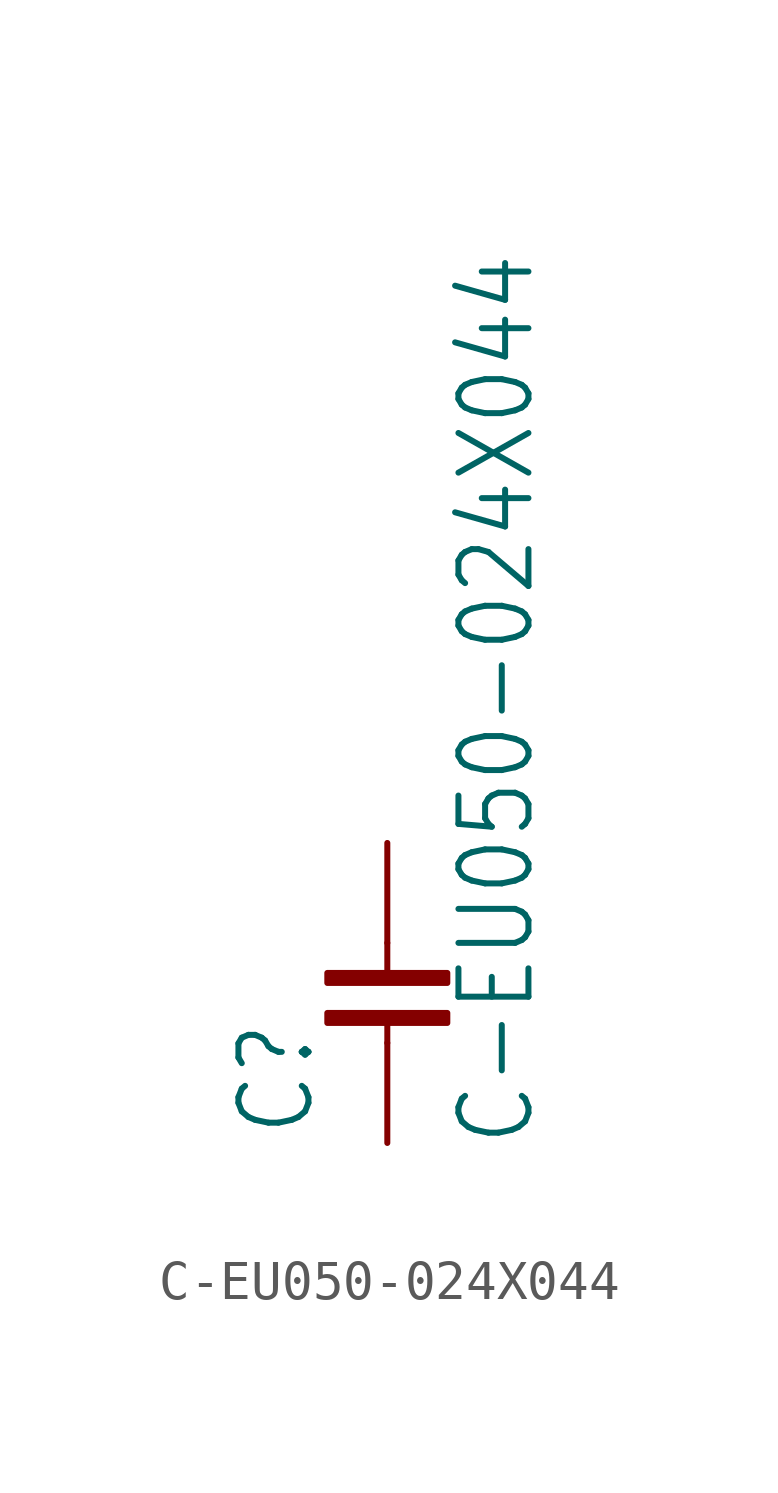
<source format=kicad_sym>
(kicad_symbol_lib
  (version 20211014)
  (generator kicad_symbol_editor)
  (symbol "C-EU050-024X044"
    (property "Reference" "C"
      (at -1.778 -4.953 90)
      (effects (font (size 1.778 1.511)) (justify left bottom)))
    (property "Value" "C-EU050-024X044"
      (at 3.81 -5.207 90)
      (effects (font (size 1.778 1.511)) (justify left bottom)))
    (property "ki_locked" ""
      (at 0 0 0)
      (effects (font (size 1.27 1.27))))
    (symbol "C-EU050-024X044_1_0"
      (rectangle (start -1.524 -2.032) (end 1.524 -1.778) (stroke (width 0) (type default) (color 0 0 0 0)) (fill (type outline)))
      (rectangle (start -1.524 -1.016) (end 1.524 -0.762) (stroke (width 0) (type default) (color 0 0 0 0)) (fill (type outline)))
      (polyline (pts (xy 0 -2.54) (xy 0 -2.032)) (stroke (width 0.152) (type default) (color 0 0 0 0)) (fill (type none)))
      (polyline (pts (xy 0 0) (xy 0 -0.762)) (stroke (width 0.152) (type default) (color 0 0 0 0)) (fill (type none)))
      (pin passive line (at 0 2.54 270) (length 2.54) (name "1" (effects (font (size 0 0)))) (number "1" (effects (font (size 0 0)))))
      (pin passive line (at 0 -5.08 90) (length 2.54) (name "2" (effects (font (size 0 0)))) (number "2" (effects (font (size 0 0))))))))
</source>
